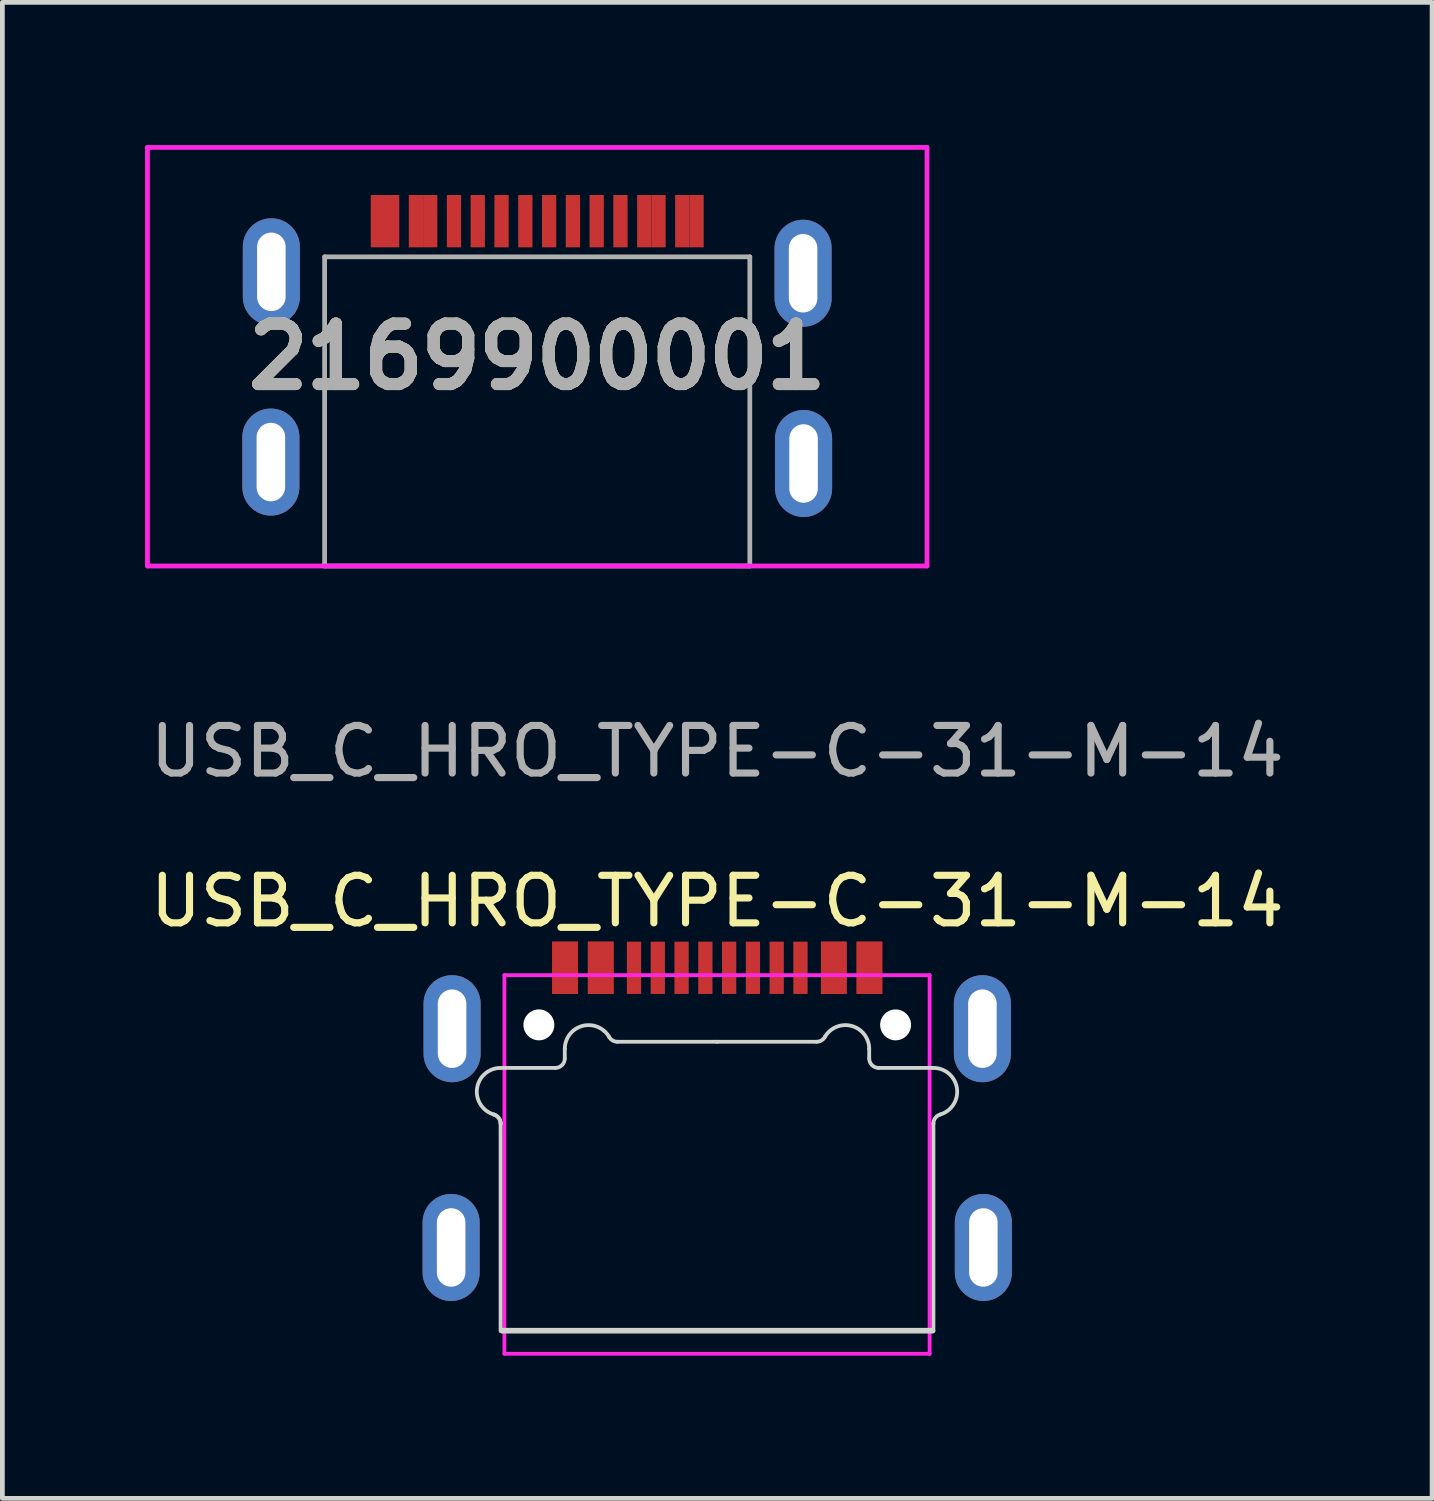
<source format=kicad_pcb>
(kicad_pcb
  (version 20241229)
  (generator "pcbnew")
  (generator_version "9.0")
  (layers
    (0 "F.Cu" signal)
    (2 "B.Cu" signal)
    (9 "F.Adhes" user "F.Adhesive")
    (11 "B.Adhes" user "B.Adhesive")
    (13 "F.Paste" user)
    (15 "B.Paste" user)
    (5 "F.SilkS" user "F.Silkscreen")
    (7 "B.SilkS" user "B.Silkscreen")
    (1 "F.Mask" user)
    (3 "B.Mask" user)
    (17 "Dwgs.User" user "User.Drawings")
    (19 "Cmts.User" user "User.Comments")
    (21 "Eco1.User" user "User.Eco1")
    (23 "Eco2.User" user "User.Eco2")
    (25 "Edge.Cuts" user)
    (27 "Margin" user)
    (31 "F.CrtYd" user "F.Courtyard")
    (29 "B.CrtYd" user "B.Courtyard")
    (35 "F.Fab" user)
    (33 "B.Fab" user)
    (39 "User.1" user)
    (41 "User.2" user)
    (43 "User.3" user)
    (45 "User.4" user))
  (footprint "2169900001"
    (layer "F.Cu")
    (at 8.245 5.225)
    (property "Reference" "2169900001" (at 0 -0.775 0) (layer "F.SilkS") (effects (font (size 1.27 1.27) (thickness 0.254))))
    (attr through_hole)
    (fp_line (start -8.195 -5.175) (end 8.195 -5.175) (stroke (width 0.1) (type solid)) (layer "F.CrtYd"))
    (fp_line (start -8.195 3.625) (end -8.195 -5.175) (stroke (width 0.1) (type solid)) (layer "F.CrtYd"))
    (fp_line (start 8.195 -5.175) (end 8.195 3.625) (stroke (width 0.1) (type solid)) (layer "F.CrtYd"))
    (fp_line (start 8.195 3.625) (end -8.195 3.625) (stroke (width 0.1) (type solid)) (layer "F.CrtYd"))
    (fp_line (start -4.47 -2.875) (end 4.47 -2.875) (stroke (width 0.1) (type solid)) (layer "F.Fab"))
    (fp_line (start -4.47 3.625) (end -4.47 -2.875) (stroke (width 0.1) (type solid)) (layer "F.Fab"))
    (fp_line (start 4.47 -2.875) (end 4.47 3.625) (stroke (width 0.1) (type solid)) (layer "F.Fab"))
    (fp_line (start 4.47 3.625) (end -4.47 3.625) (stroke (width 0.1) (type solid)) (layer "F.Fab"))
    (fp_text user "${REFERENCE}" (at 0 -0.775 0) (layer "F.Fab") (effects (font (size 1.27 1.27) (thickness 0.254))))
    (pad "A1" smd rect (at -3.35 -3.625) (size 0.3 1.1) (layers "F.Cu" "F.Mask" "F.Paste"))
    (pad "A4" smd rect (at -2.55 -3.625) (size 0.3 1.1) (layers "F.Cu" "F.Mask" "F.Paste"))
    (pad "A5" smd rect (at -1.25 -3.625) (size 0.3 1.1) (layers "F.Cu" "F.Mask" "F.Paste"))
    (pad "A6" smd rect (at -0.25 -3.625) (size 0.3 1.1) (layers "F.Cu" "F.Mask" "F.Paste"))
    (pad "A7" smd rect (at 0.25 -3.625) (size 0.3 1.1) (layers "F.Cu" "F.Mask" "F.Paste"))
    (pad "A8" smd rect (at 1.25 -3.625) (size 0.3 1.1) (layers "F.Cu" "F.Mask" "F.Paste"))
    (pad "A9" smd rect (at 2.55 -3.625) (size 0.3 1.1) (layers "F.Cu" "F.Mask" "F.Paste"))
    (pad "A12" smd rect (at 3.35 -3.625) (size 0.3 1.1) (layers "F.Cu" "F.Mask" "F.Paste"))
    (pad "B1" smd rect (at 3.05 -3.625) (size 0.3 1.1) (layers "F.Cu" "F.Mask" "F.Paste"))
    (pad "B4" smd rect (at 2.25 -3.625) (size 0.3 1.1) (layers "F.Cu" "F.Mask" "F.Paste"))
    (pad "B5" smd rect (at 1.75 -3.625) (size 0.3 1.1) (layers "F.Cu" "F.Mask" "F.Paste"))
    (pad "B6" smd rect (at 0.75 -3.625) (size 0.3 1.1) (layers "F.Cu" "F.Mask" "F.Paste"))
    (pad "B7" smd rect (at -0.75 -3.625) (size 0.3 1.1) (layers "F.Cu" "F.Mask" "F.Paste"))
    (pad "B8" smd rect (at -1.75 -3.625) (size 0.3 1.1) (layers "F.Cu" "F.Mask" "F.Paste"))
    (pad "B9" smd rect (at -2.25 -3.625) (size 0.3 1.1) (layers "F.Cu" "F.Mask" "F.Paste"))
    (pad "B12" smd rect (at -3.05 -3.625) (size 0.3 1.1) (layers "F.Cu" "F.Mask" "F.Paste"))
    (pad "S1" thru_hole oval (at -5.6 1.44 180) (size 1.2 2.25) (drill oval 0.6 1.65) (layers "*.Cu" "*.Mask"))
    (pad "S1" thru_hole oval (at -5.59 -2.56 180) (size 1.2 2.25) (drill oval 0.6 1.65) (layers "*.Cu" "*.Mask"))
    (pad "S1" thru_hole oval (at 5.59 -2.53 180) (size 1.2 2.25) (drill oval 0.6 1.65) (layers "*.Cu" "*.Mask"))
    (pad "S1" thru_hole oval (at 5.6 1.47 180) (size 1.2 2.25) (drill oval 0.6 1.65) (layers "*.Cu" "*.Mask")))
  (footprint "USB_C_HRO_TYPE-C-31-M-14"
    (layer "F.Cu")
    (at 12.03 18.498)
    (property "Reference" "USB_C_HRO_TYPE-C-31-M-14" (at 0 -2.6 180) (layer "F.SilkS") (effects (font (size 1 1) (thickness 0.15))))
    (attr smd)
    (fp_line (start -4.555 2.076) (end -4.555 6.435) (stroke (width 0.08) (type solid)) (layer "Edge.Cuts"))
    (fp_line (start -4.525 6.43) (end 4.525 6.43) (stroke (width 0.12) (type solid)) (layer "Edge.Cuts"))
    (fp_line (start -3.405 0.905) (end -4.555 0.905) (stroke (width 0.08) (type solid)) (layer "Edge.Cuts"))
    (fp_line (start -3.205 0.505) (end -3.205 0.705) (stroke (width 0.08) (type solid)) (layer "Edge.Cuts"))
    (fp_line (start -0.005 0.355) (end -2.099 0.355) (stroke (width 0.08) (type solid)) (layer "Edge.Cuts"))
    (fp_line (start -0.005 0.355) (end 2.089 0.355) (stroke (width 0.08) (type solid)) (layer "Edge.Cuts"))
    (fp_line (start 3.195 0.505) (end 3.195 0.705) (stroke (width 0.08) (type solid)) (layer "Edge.Cuts"))
    (fp_line (start 3.395 0.905) (end 4.545 0.905) (stroke (width 0.08) (type solid)) (layer "Edge.Cuts"))
    (fp_line (start 4.545 2.076) (end 4.545 6.435) (stroke (width 0.08) (type solid)) (layer "Edge.Cuts"))
    (fp_arc (start -4.697856 1.884157) (mid -5.04976 1.332815) (end -4.554999 0.905) (stroke (width 0.08) (type solid)) (layer "Edge.Cuts"))
    (fp_arc (start -4.697856 1.884158) (mid -4.594642 1.956298) (end -4.554999 2.075821) (stroke (width 0.08) (type solid)) (layer "Edge.Cuts"))
    (fp_arc (start -4.697856 1.884158) (mid -4.594642 1.956298) (end -4.554999 2.075821) (stroke (width 0.08) (type solid)) (layer "Edge.Cuts"))
    (fp_arc (start -3.204999 0.505) (mid -2.834408 0.022037) (end -2.271986 0.255) (stroke (width 0.08) (type solid)) (layer "Edge.Cuts"))
    (fp_arc (start -3.204998 0.705) (mid -3.263577 0.846421) (end -3.404998 0.905) (stroke (width 0.08) (type solid)) (layer "Edge.Cuts"))
    (fp_arc (start -2.098781 0.355) (mid -2.198781 0.328205) (end -2.271986 0.255) (stroke (width 0.08) (type solid)) (layer "Edge.Cuts"))
    (fp_arc (start 2.261988 0.255) (mid 2.188783 0.328205) (end 2.088783 0.355) (stroke (width 0.08) (type solid)) (layer "Edge.Cuts"))
    (fp_arc (start 2.261988 0.255) (mid 2.824411 0.022037) (end 3.195001 0.505) (stroke (width 0.08) (type solid)) (layer "Edge.Cuts"))
    (fp_arc (start 3.395 0.904999) (mid 3.253579 0.846421) (end 3.195001 0.705) (stroke (width 0.08) (type solid)) (layer "Edge.Cuts"))
    (fp_arc (start 4.545001 0.904999) (mid 5.039764 1.332815) (end 4.687858 1.884158) (stroke (width 0.08) (type solid)) (layer "Edge.Cuts"))
    (fp_arc (start 4.545001 2.075821) (mid 4.584644 1.956298) (end 4.687858 1.884158) (stroke (width 0.08) (type solid)) (layer "Edge.Cuts"))
    (fp_line (start -4.475 -1.045) (end 4.465 -1.045) (stroke (width 0.08) (type solid)) (layer "F.CrtYd"))
    (fp_line (start -4.475 6.915) (end -4.475 -1.045) (stroke (width 0.08) (type solid)) (layer "F.CrtYd"))
    (fp_line (start 4.465 -1.045) (end 4.465 6.915) (stroke (width 0.08) (type solid)) (layer "F.CrtYd"))
    (fp_line (start 4.465 6.915) (end -4.475 6.915) (stroke (width 0.08) (type solid)) (layer "F.CrtYd"))
    (fp_text user "PCB Edge" (at 0 5.4 0) (layer "Edge.Cuts") (effects (font (size 1 1) (thickness 0.15))))
    (fp_text user "${REFERENCE}" (at 0 -5.75 0) (layer "F.Fab") (effects (font (size 1 1) (thickness 0.15))))
    (pad "" np_thru_hole circle (at -3.75 0) (size 0.65 0.65) (drill 0.65) (layers "*.Cu" "*.Mask"))
    (pad "" np_thru_hole circle (at 3.75 0) (size 0.65 0.65) (drill 0.65) (layers "*.Cu" "*.Mask"))
    (pad "A1" smd rect (at -3.2 -1.2 180) (size 0.54 1.1) (layers "F.Cu" "F.Mask" "F.Paste"))
    (pad "A4" smd rect (at -2.45 -1.2 180) (size 0.54 1.1) (layers "F.Cu" "F.Mask" "F.Paste"))
    (pad "A5" smd rect (at -1.25 -1.2 180) (size 0.3 1.1) (layers "F.Cu" "F.Mask" "F.Paste"))
    (pad "A6" smd rect (at -0.25 -1.2 180) (size 0.3 1.1) (layers "F.Cu" "F.Mask" "F.Paste"))
    (pad "A7" smd rect (at 0.25 -1.2 180) (size 0.3 1.1) (layers "F.Cu" "F.Mask" "F.Paste"))
    (pad "A8" smd rect (at 1.25 -1.2 180) (size 0.3 1.1) (layers "F.Cu" "F.Mask" "F.Paste"))
    (pad "A9" smd rect (at 2.45 -1.2 180) (size 0.54 1.1) (layers "F.Cu" "F.Mask" "F.Paste"))
    (pad "A12" smd rect (at 3.2 -1.2 180) (size 0.54 1.1) (layers "F.Cu" "F.Mask" "F.Paste"))
    (pad "B1" smd rect (at 3.2 -1.2 180) (size 0.54 1.1) (layers "F.Cu" "F.Mask" "F.Paste"))
    (pad "B4" smd rect (at 2.45 -1.2 180) (size 0.54 1.1) (layers "F.Cu" "F.Mask" "F.Paste"))
    (pad "B5" smd rect (at 1.75 -1.2 180) (size 0.3 1.1) (layers "F.Cu" "F.Mask" "F.Paste"))
    (pad "B6" smd rect (at 0.75 -1.2 180) (size 0.3 1.1) (layers "F.Cu" "F.Mask" "F.Paste"))
    (pad "B7" smd rect (at -0.75 -1.2 180) (size 0.3 1.1) (layers "F.Cu" "F.Mask" "F.Paste"))
    (pad "B8" smd rect (at -1.75 -1.2 180) (size 0.3 1.1) (layers "F.Cu" "F.Mask" "F.Paste"))
    (pad "B9" smd rect (at -2.45 -1.2 180) (size 0.54 1.1) (layers "F.Cu" "F.Mask" "F.Paste"))
    (pad "B12" smd rect (at -3.2 -1.2 180) (size 0.54 1.1) (layers "F.Cu" "F.Mask" "F.Paste"))
    (pad "S1" thru_hole oval (at -5.595 4.68 180) (size 1.2 2.25) (drill oval 0.6 1.65) (layers "*.Cu" "*.Mask"))
    (pad "S1" thru_hole oval (at -5.575 0.08 180) (size 1.2 2.25) (drill oval 0.6 1.65) (layers "*.Cu" "*.Mask"))
    (pad "S1" thru_hole oval (at 5.575 0.08 180) (size 1.2 2.25) (drill oval 0.6 1.65) (layers "*.Cu" "*.Mask"))
    (pad "S1" thru_hole oval (at 5.595 4.68 180) (size 1.2 2.25) (drill oval 0.6 1.65) (layers "*.Cu" "*.Mask")))
  (gr_rect
    (start -3 -3)
    (end 27.06 28.453)
    (stroke (width 0.1) (type default))
    (fill no)
    (layer "Edge.Cuts")))
</source>
